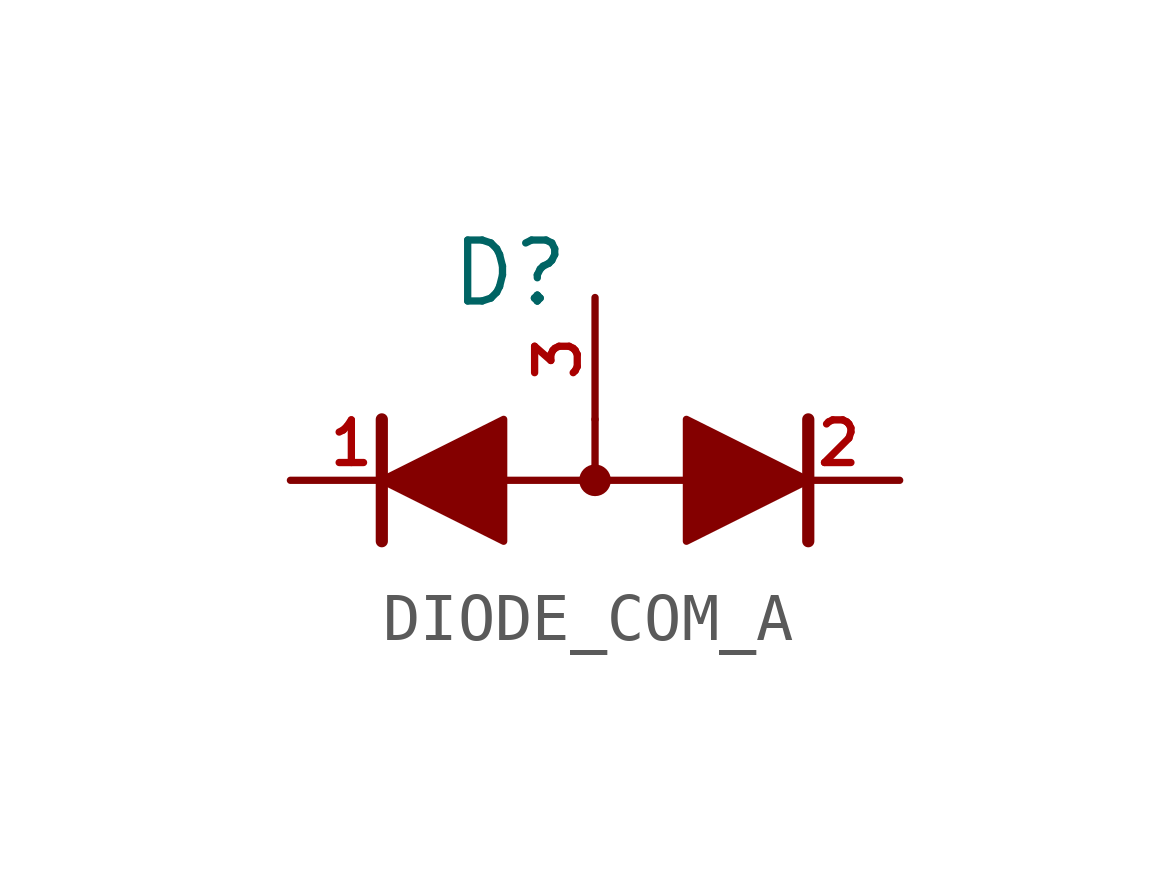
<source format=kicad_sym>
(kicad_symbol_lib
  (version 20231120)
  (generator "kicad_symbol_editor")
  (generator_version "8.0")
  (symbol "DIODE_COM_A"
    (property "Reference" "D"
      (at -1.778 4.318 0)
      (effects (font (size 1.27 1.27))))
    (property "Value" ""
      (at -6.858 2.54 0)
      (effects (font (size 0.889 0.889))))
    (symbol "DIODE_COM_A_0_1"
      (circle (center 0 0) (radius 0.254) (stroke (width 0) (type default)) (fill (type outline))))
    (symbol "DIODE_COM_A_1_0"
      (polyline (pts (xy -4.445 -1.27) (xy -4.445 0)) (stroke (width 0.254) (type solid)) (fill (type none)))
      (polyline (pts (xy -4.445 0) (xy -4.445 1.27)) (stroke (width 0.254) (type solid)) (fill (type none)))
      (polyline (pts (xy 4.445 -1.27) (xy 4.445 0)) (stroke (width 0.254) (type solid)) (fill (type none)))
      (polyline (pts (xy 4.445 0) (xy 4.445 1.27)) (stroke (width 0.254) (type solid)) (fill (type none)))
      (pin passive line (at -6.35 0 0) (length 2.54) (name "K1" (effects (font (size 0 0)))) (number "1" (effects (font (size 0.889 0.889)))))
      (pin passive line (at 6.35 0 180) (length 2.54) (name "K2" (effects (font (size 0 0)))) (number "2" (effects (font (size 0.889 0.889)))))
      (pin passive line (at 0 3.81 270) (length 2.54) (name "A" (effects (font (size 0 0)))) (number "3" (effects (font (size 0.889 0.889))))))
    (symbol "DIODE_COM_A_1_1"
      (polyline (pts (xy 0 1.27) (xy 0 0)) (stroke (width 0) (type default)) (fill (type none)))
      (polyline (pts (xy 1.905 0) (xy -1.905 0)) (stroke (width 0) (type default)) (fill (type none)))
      (polyline (pts (xy -4.445 0) (xy -1.905 -1.27) (xy -1.905 1.27) (xy -4.445 0)) (stroke (width 0) (type default)) (fill (type outline)))
      (polyline (pts (xy 4.445 0) (xy 1.905 -1.27) (xy 1.905 1.27) (xy 4.445 0)) (stroke (width 0) (type default)) (fill (type outline))))))
</source>
